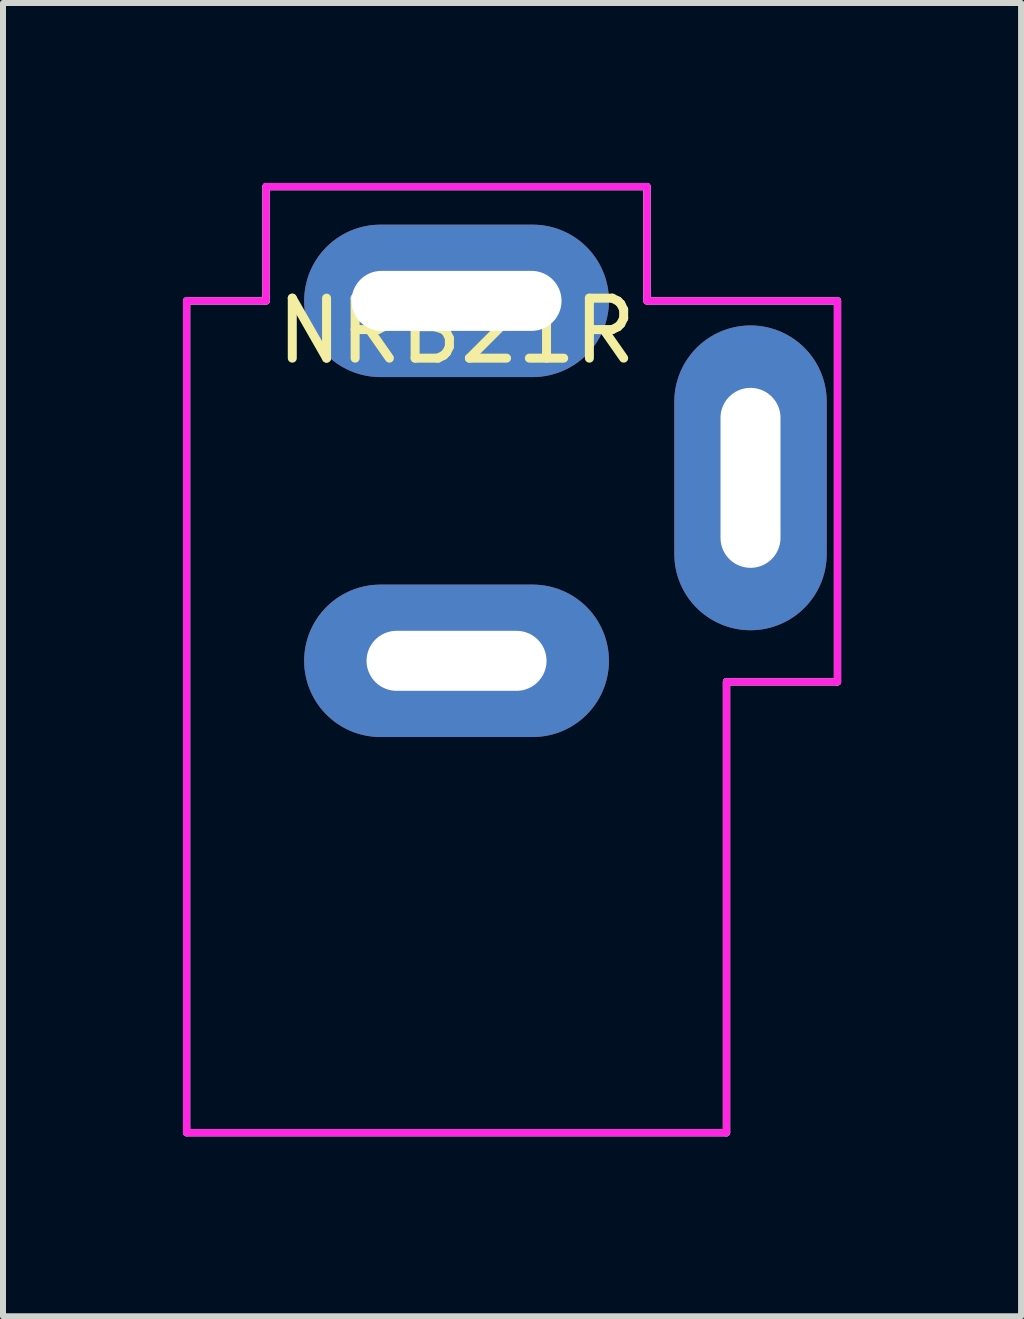
<source format=kicad_pcb>
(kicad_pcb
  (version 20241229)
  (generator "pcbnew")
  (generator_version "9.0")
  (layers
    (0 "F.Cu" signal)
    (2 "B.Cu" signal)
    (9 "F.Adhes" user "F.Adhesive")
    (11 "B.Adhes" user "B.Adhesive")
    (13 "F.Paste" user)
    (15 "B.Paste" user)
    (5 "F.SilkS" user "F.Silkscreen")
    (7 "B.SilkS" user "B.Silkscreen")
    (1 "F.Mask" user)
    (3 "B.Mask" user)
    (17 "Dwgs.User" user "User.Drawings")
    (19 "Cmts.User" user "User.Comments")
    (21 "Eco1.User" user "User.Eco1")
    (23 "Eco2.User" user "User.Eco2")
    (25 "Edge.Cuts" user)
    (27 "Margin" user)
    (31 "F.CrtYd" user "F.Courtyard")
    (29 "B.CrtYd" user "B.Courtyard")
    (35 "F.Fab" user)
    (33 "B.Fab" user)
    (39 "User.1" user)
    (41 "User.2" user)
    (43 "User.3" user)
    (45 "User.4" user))
  (footprint "NRB21R"
    (layer "F.Cu")
    (at 4.56 1.965)
    (property "Reference" "NRB21R" (at 0 0.5 0) (layer "F.SilkS") (effects (font (size 1 1) (thickness 0.15))))
    (attr through_hole)
    (fp_line (start -4.5 13.865) (end -4.5 0) (stroke (width 0.12) (type solid)) (layer "F.SilkS"))
    (fp_line (start -4.445 0) (end -3.175 0) (stroke (width 0.12) (type solid)) (layer "F.SilkS"))
    (fp_line (start -3.175 -1.905) (end 3.175 -1.905) (stroke (width 0.12) (type solid)) (layer "F.SilkS"))
    (fp_line (start -3.175 0) (end -3.175 -1.905) (stroke (width 0.12) (type solid)) (layer "F.SilkS"))
    (fp_line (start 3.175 -1.905) (end 3.175 0) (stroke (width 0.12) (type solid)) (layer "F.SilkS"))
    (fp_line (start 3.175 0) (end 6.35 0) (stroke (width 0.12) (type solid)) (layer "F.SilkS"))
    (fp_line (start 4.5 6.35) (end 4.5 13.865) (stroke (width 0.12) (type solid)) (layer "F.SilkS"))
    (fp_line (start 4.5 13.865) (end -4.5 13.865) (stroke (width 0.12) (type solid)) (layer "F.SilkS"))
    (fp_line (start 6.35 0) (end 6.35 6.35) (stroke (width 0.12) (type solid)) (layer "F.SilkS"))
    (fp_line (start 6.35 6.35) (end 4.5 6.35) (stroke (width 0.12) (type solid)) (layer "F.SilkS"))
    (fp_line (start -4.5 0) (end -4.5 13.865) (stroke (width 0.12) (type solid)) (layer "F.CrtYd"))
    (fp_line (start -4.5 0) (end -3.175 0) (stroke (width 0.12) (type solid)) (layer "F.CrtYd"))
    (fp_line (start -4.5 13.865) (end 4.5 13.865) (stroke (width 0.12) (type solid)) (layer "F.CrtYd"))
    (fp_line (start -3.175 -1.905) (end 3.175 -1.905) (stroke (width 0.12) (type solid)) (layer "F.CrtYd"))
    (fp_line (start -3.175 0) (end -3.175 -1.905) (stroke (width 0.12) (type solid)) (layer "F.CrtYd"))
    (fp_line (start 3.175 -1.905) (end 3.175 0) (stroke (width 0.12) (type solid)) (layer "F.CrtYd"))
    (fp_line (start 3.175 0) (end 6.35 0) (stroke (width 0.12) (type solid)) (layer "F.CrtYd"))
    (fp_line (start 4.5 6.35) (end 4.5 13.865) (stroke (width 0.12) (type solid)) (layer "F.CrtYd"))
    (fp_line (start 6.35 0) (end 6.35 6.35) (stroke (width 0.12) (type solid)) (layer "F.CrtYd"))
    (fp_line (start 6.35 6.35) (end 4.5 6.35) (stroke (width 0.12) (type solid)) (layer "F.CrtYd"))
    (fp_line (start -4.5 0) (end -3.175 0) (stroke (width 0.12) (type solid)) (layer "F.Fab"))
    (fp_line (start -4.5 13.865) (end -4.5 0) (stroke (width 0.12) (type solid)) (layer "F.Fab"))
    (fp_line (start -3.175 -1.905) (end 3.175 -1.905) (stroke (width 0.12) (type solid)) (layer "F.Fab"))
    (fp_line (start -3.175 0) (end -3.175 -1.905) (stroke (width 0.12) (type solid)) (layer "F.Fab"))
    (fp_line (start 3.175 -1.905) (end 3.175 0) (stroke (width 0.12) (type solid)) (layer "F.Fab"))
    (fp_line (start 3.175 0) (end 6.35 0) (stroke (width 0.12) (type solid)) (layer "F.Fab"))
    (fp_line (start 4.5 6.35) (end 4.5 13.865) (stroke (width 0.12) (type solid)) (layer "F.Fab"))
    (fp_line (start 4.5 6.35) (end 6.35 6.35) (stroke (width 0.12) (type solid)) (layer "F.Fab"))
    (fp_line (start 4.5 13.865) (end -4.5 13.865) (stroke (width 0.12) (type solid)) (layer "F.Fab"))
    (fp_line (start 4.5 13.865) (end 4.5 6.35) (stroke (width 0.12) (type solid)) (layer "F.Fab"))
    (fp_line (start 6.35 0) (end 6.35 6.35) (stroke (width 0.12) (type solid)) (layer "F.Fab"))
    (pad "1" thru_hole oval (at 0 0) (size 5.08 2.54) (drill oval 3.5 1) (layers "*.Cu" "*.Mask"))
    (pad "2" thru_hole oval (at 0 6) (size 5.08 2.54) (drill oval 3 1) (layers "*.Cu" "*.Mask"))
    (pad "3" thru_hole oval (at 4.9 2.95 90) (size 5.08 2.54) (drill oval 3 1) (layers "*.Cu" "*.Mask")))
  (gr_rect
    (start -3 -3)
    (end 13.97 18.89)
    (stroke (width 0.1) (type default))
    (fill no)
    (layer "Edge.Cuts")))
</source>
